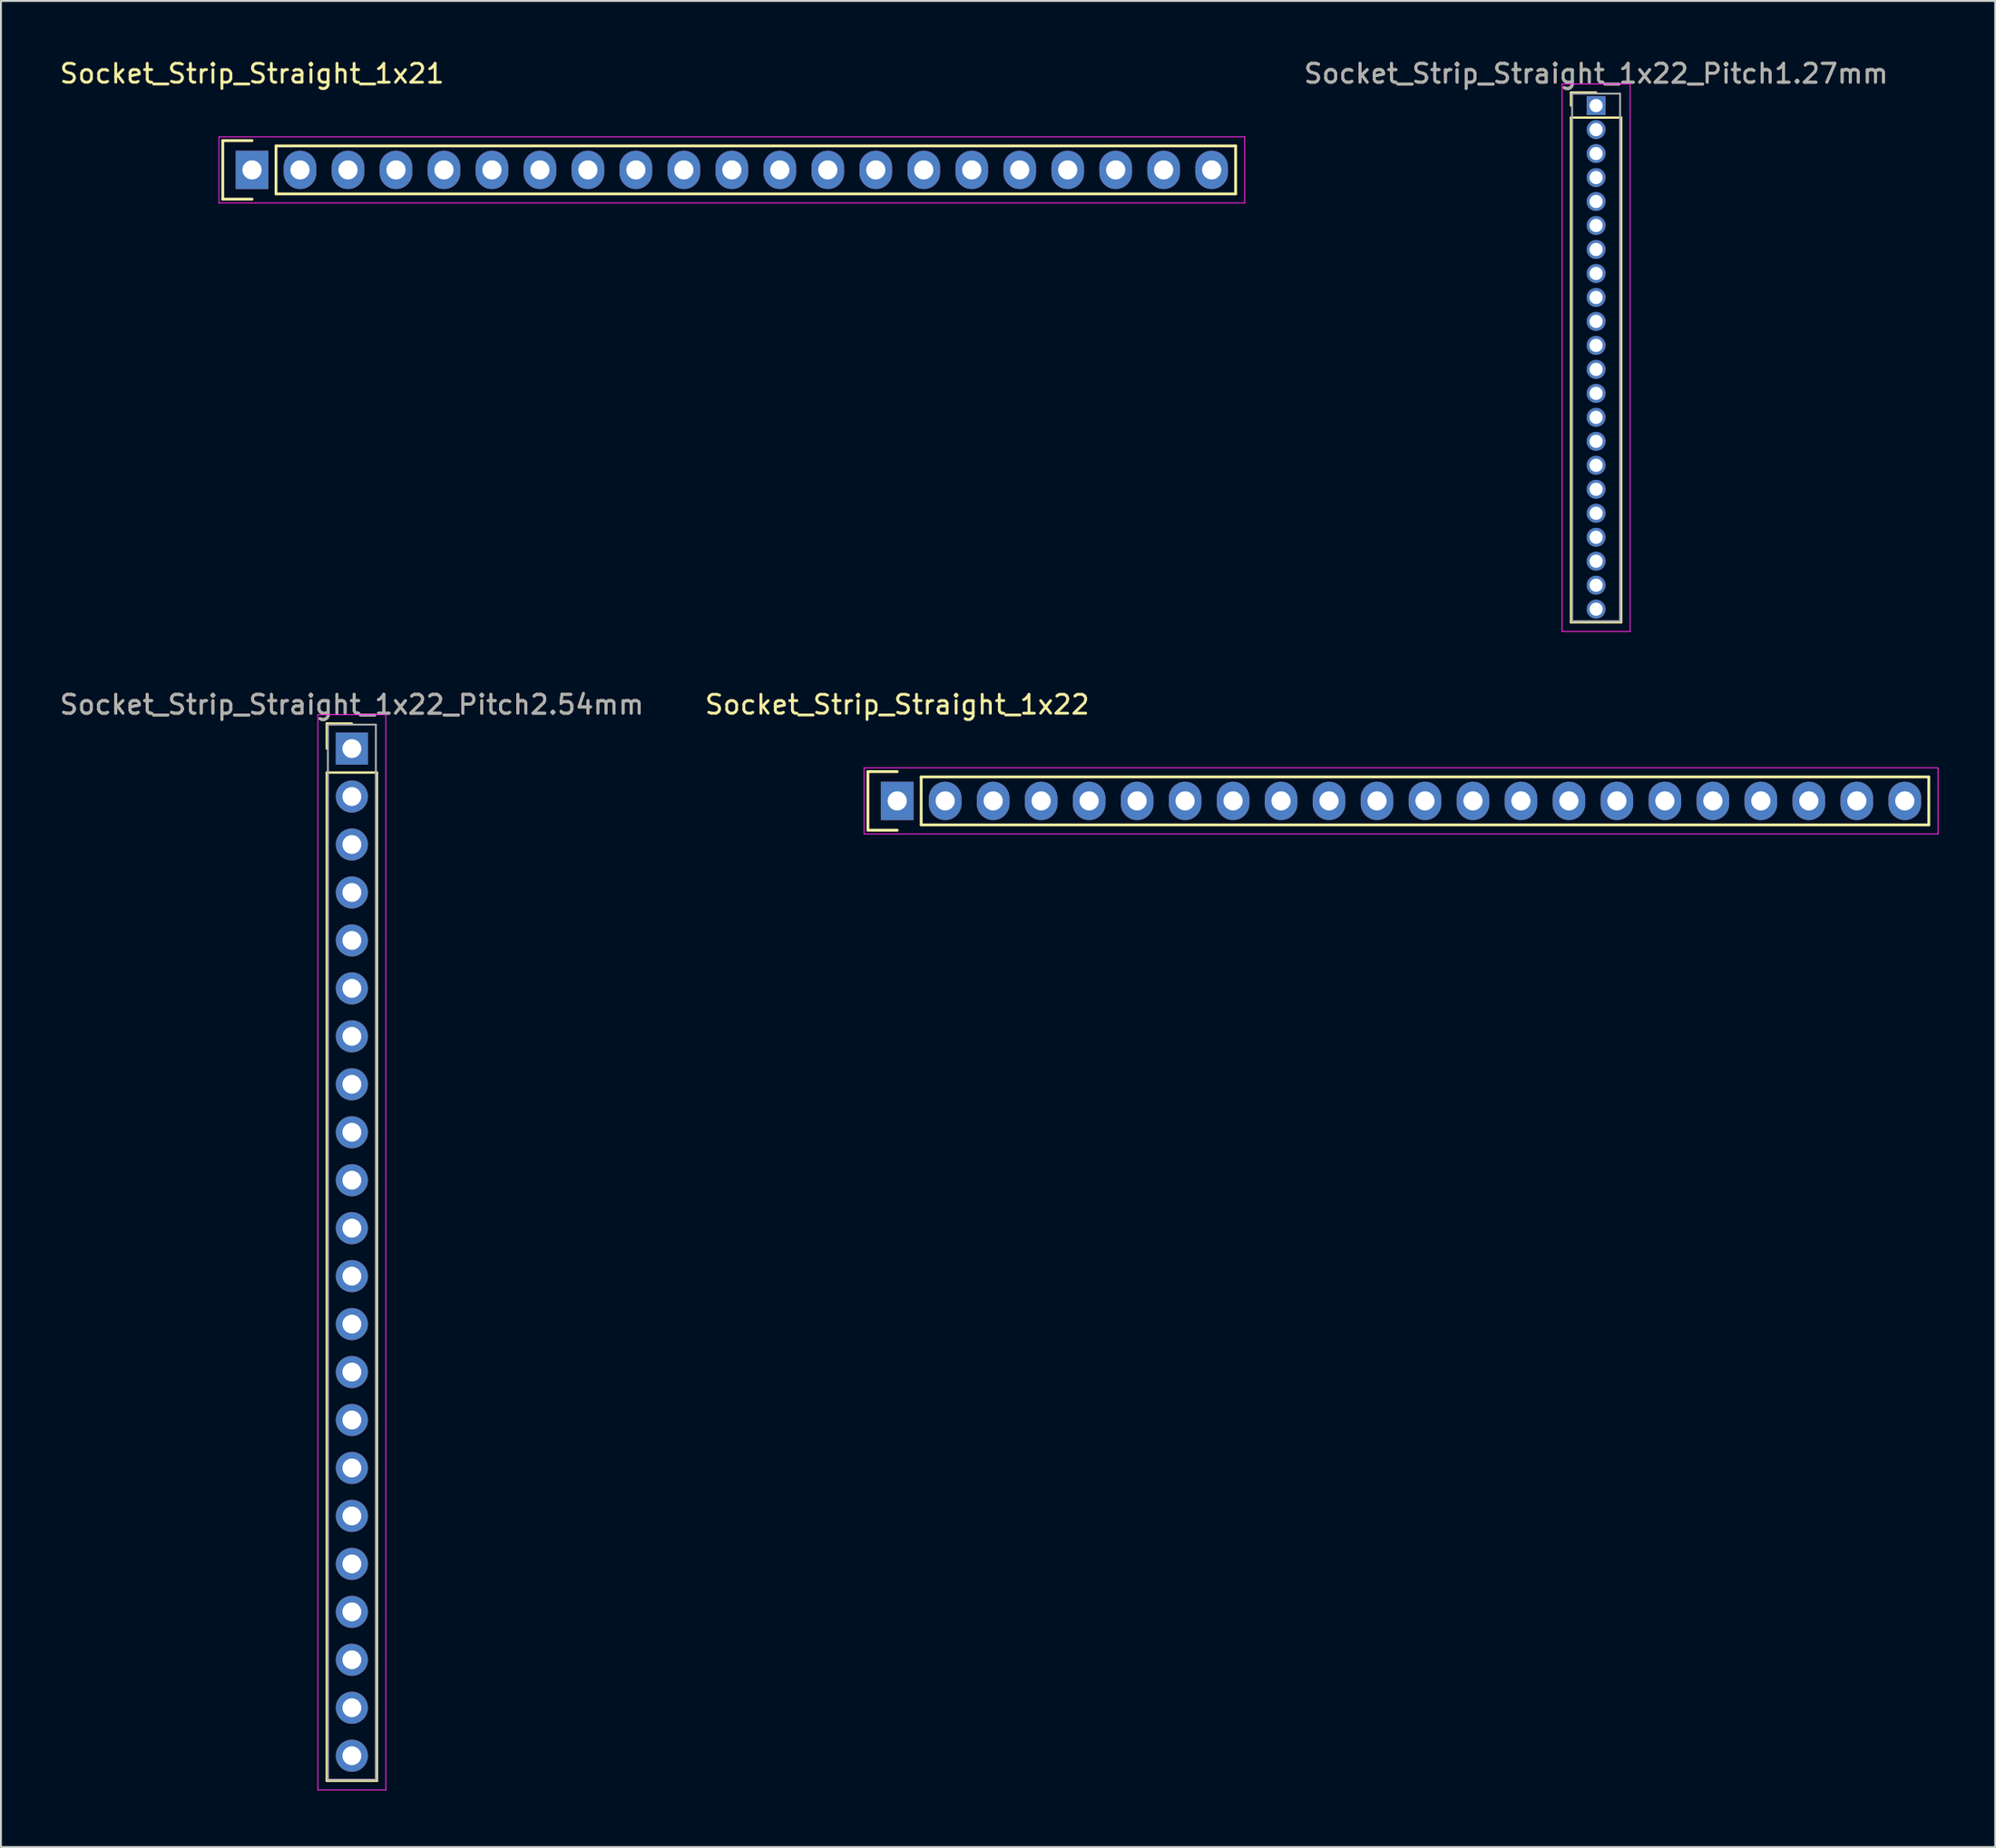
<source format=kicad_pcb>
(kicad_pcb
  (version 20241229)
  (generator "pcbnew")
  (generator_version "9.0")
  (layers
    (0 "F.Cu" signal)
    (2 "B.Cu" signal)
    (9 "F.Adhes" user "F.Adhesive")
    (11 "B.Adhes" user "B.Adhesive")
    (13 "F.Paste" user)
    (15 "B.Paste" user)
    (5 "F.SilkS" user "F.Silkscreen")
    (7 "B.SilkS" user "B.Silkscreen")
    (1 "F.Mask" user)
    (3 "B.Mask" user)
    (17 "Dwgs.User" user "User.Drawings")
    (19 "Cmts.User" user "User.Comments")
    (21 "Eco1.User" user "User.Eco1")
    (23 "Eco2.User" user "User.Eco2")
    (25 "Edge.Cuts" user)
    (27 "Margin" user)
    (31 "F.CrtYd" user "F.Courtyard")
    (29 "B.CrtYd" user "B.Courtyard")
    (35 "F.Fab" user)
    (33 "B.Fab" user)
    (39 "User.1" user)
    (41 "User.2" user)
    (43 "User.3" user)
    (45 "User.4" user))
  (footprint "Socket_Strip_Straight_1x21"
    (layer "F.Cu")
    (at 10.292 5.948)
    (property "Reference" "Socket_Strip_Straight_1x21" (at 0 -5.1 0) (layer "F.SilkS") (effects (font (size 1 1) (thickness 0.15))))
    (attr through_hole)
    (fp_line (start -1.55 -1.55) (end -1.55 1.55) (stroke (width 0.15) (type solid)) (layer "F.SilkS"))
    (fp_line (start -1.55 1.55) (end 0 1.55) (stroke (width 0.15) (type solid)) (layer "F.SilkS"))
    (fp_line (start 0 -1.55) (end -1.55 -1.55) (stroke (width 0.15) (type solid)) (layer "F.SilkS"))
    (fp_line (start 1.27 1.27) (end 1.27 -1.27) (stroke (width 0.15) (type solid)) (layer "F.SilkS"))
    (fp_line (start 1.27 1.27) (end 52.07 1.27) (stroke (width 0.15) (type solid)) (layer "F.SilkS"))
    (fp_line (start 52.07 -1.27) (end 1.27 -1.27) (stroke (width 0.15) (type solid)) (layer "F.SilkS"))
    (fp_line (start 52.07 1.27) (end 52.07 -1.27) (stroke (width 0.15) (type solid)) (layer "F.SilkS"))
    (fp_line (start -1.75 -1.75) (end -1.75 1.75) (stroke (width 0.05) (type solid)) (layer "F.CrtYd"))
    (fp_line (start -1.75 -1.75) (end 52.55 -1.75) (stroke (width 0.05) (type solid)) (layer "F.CrtYd"))
    (fp_line (start -1.75 1.75) (end 52.55 1.75) (stroke (width 0.05) (type solid)) (layer "F.CrtYd"))
    (fp_line (start 52.55 -1.75) (end 52.55 1.75) (stroke (width 0.05) (type solid)) (layer "F.CrtYd"))
    (pad "1" thru_hole rect (at 0 0) (size 1.727 2.032) (drill 1.016) (layers "*.Cu" "*.Mask"))
    (pad "2" thru_hole oval (at 2.54 0) (size 1.727 2.032) (drill 1.016) (layers "*.Cu" "*.Mask"))
    (pad "3" thru_hole oval (at 5.08 0) (size 1.727 2.032) (drill 1.016) (layers "*.Cu" "*.Mask"))
    (pad "4" thru_hole oval (at 7.62 0) (size 1.727 2.032) (drill 1.016) (layers "*.Cu" "*.Mask"))
    (pad "5" thru_hole oval (at 10.16 0) (size 1.727 2.032) (drill 1.016) (layers "*.Cu" "*.Mask"))
    (pad "6" thru_hole oval (at 12.7 0) (size 1.727 2.032) (drill 1.016) (layers "*.Cu" "*.Mask"))
    (pad "7" thru_hole oval (at 15.24 0) (size 1.727 2.032) (drill 1.016) (layers "*.Cu" "*.Mask"))
    (pad "8" thru_hole oval (at 17.78 0) (size 1.727 2.032) (drill 1.016) (layers "*.Cu" "*.Mask"))
    (pad "9" thru_hole oval (at 20.32 0) (size 1.727 2.032) (drill 1.016) (layers "*.Cu" "*.Mask"))
    (pad "10" thru_hole oval (at 22.86 0) (size 1.727 2.032) (drill 1.016) (layers "*.Cu" "*.Mask"))
    (pad "11" thru_hole oval (at 25.4 0) (size 1.727 2.032) (drill 1.016) (layers "*.Cu" "*.Mask"))
    (pad "12" thru_hole oval (at 27.94 0) (size 1.727 2.032) (drill 1.016) (layers "*.Cu" "*.Mask"))
    (pad "13" thru_hole oval (at 30.48 0) (size 1.727 2.032) (drill 1.016) (layers "*.Cu" "*.Mask"))
    (pad "14" thru_hole oval (at 33.02 0) (size 1.727 2.032) (drill 1.016) (layers "*.Cu" "*.Mask"))
    (pad "15" thru_hole oval (at 35.56 0) (size 1.727 2.032) (drill 1.016) (layers "*.Cu" "*.Mask"))
    (pad "16" thru_hole oval (at 38.1 0) (size 1.727 2.032) (drill 1.016) (layers "*.Cu" "*.Mask"))
    (pad "17" thru_hole oval (at 40.64 0) (size 1.727 2.032) (drill 1.016) (layers "*.Cu" "*.Mask"))
    (pad "18" thru_hole oval (at 43.18 0) (size 1.727 2.032) (drill 1.016) (layers "*.Cu" "*.Mask"))
    (pad "19" thru_hole oval (at 45.72 0) (size 1.727 2.032) (drill 1.016) (layers "*.Cu" "*.Mask"))
    (pad "20" thru_hole oval (at 48.26 0) (size 1.727 2.032) (drill 1.016) (layers "*.Cu" "*.Mask"))
    (pad "21" thru_hole oval (at 50.8 0) (size 1.727 2.032) (drill 1.016) (layers "*.Cu" "*.Mask")))
  (footprint "Socket_Strip_Straight_1x22"
    (layer "F.Cu")
    (at 44.446 39.367)
    (property "Reference" "Socket_Strip_Straight_1x22" (at 0 -5.1 0) (layer "F.SilkS") (effects (font (size 1 1) (thickness 0.15))))
    (attr through_hole)
    (fp_line (start -1.55 -1.55) (end -1.55 1.55) (stroke (width 0.15) (type solid)) (layer "F.SilkS"))
    (fp_line (start -1.55 1.55) (end 0 1.55) (stroke (width 0.15) (type solid)) (layer "F.SilkS"))
    (fp_line (start 0 -1.55) (end -1.55 -1.55) (stroke (width 0.15) (type solid)) (layer "F.SilkS"))
    (fp_line (start 1.27 -1.27) (end 54.61 -1.27) (stroke (width 0.15) (type solid)) (layer "F.SilkS"))
    (fp_line (start 1.27 1.27) (end 1.27 -1.27) (stroke (width 0.15) (type solid)) (layer "F.SilkS"))
    (fp_line (start 54.61 -1.27) (end 54.61 1.27) (stroke (width 0.15) (type solid)) (layer "F.SilkS"))
    (fp_line (start 54.61 1.27) (end 1.27 1.27) (stroke (width 0.15) (type solid)) (layer "F.SilkS"))
    (fp_line (start -1.75 -1.75) (end -1.75 1.75) (stroke (width 0.05) (type solid)) (layer "F.CrtYd"))
    (fp_line (start -1.75 -1.75) (end 55.1 -1.75) (stroke (width 0.05) (type solid)) (layer "F.CrtYd"))
    (fp_line (start -1.75 1.75) (end 55.1 1.75) (stroke (width 0.05) (type solid)) (layer "F.CrtYd"))
    (fp_line (start 55.1 -1.75) (end 55.1 1.75) (stroke (width 0.05) (type solid)) (layer "F.CrtYd"))
    (pad "1" thru_hole rect (at 0 0) (size 1.727 2.032) (drill 1.016) (layers "*.Cu" "*.Mask"))
    (pad "2" thru_hole oval (at 2.54 0) (size 1.727 2.032) (drill 1.016) (layers "*.Cu" "*.Mask"))
    (pad "3" thru_hole oval (at 5.08 0) (size 1.727 2.032) (drill 1.016) (layers "*.Cu" "*.Mask"))
    (pad "4" thru_hole oval (at 7.62 0) (size 1.727 2.032) (drill 1.016) (layers "*.Cu" "*.Mask"))
    (pad "5" thru_hole oval (at 10.16 0) (size 1.727 2.032) (drill 1.016) (layers "*.Cu" "*.Mask"))
    (pad "6" thru_hole oval (at 12.7 0) (size 1.727 2.032) (drill 1.016) (layers "*.Cu" "*.Mask"))
    (pad "7" thru_hole oval (at 15.24 0) (size 1.727 2.032) (drill 1.016) (layers "*.Cu" "*.Mask"))
    (pad "8" thru_hole oval (at 17.78 0) (size 1.727 2.032) (drill 1.016) (layers "*.Cu" "*.Mask"))
    (pad "9" thru_hole oval (at 20.32 0) (size 1.727 2.032) (drill 1.016) (layers "*.Cu" "*.Mask"))
    (pad "10" thru_hole oval (at 22.86 0) (size 1.727 2.032) (drill 1.016) (layers "*.Cu" "*.Mask"))
    (pad "11" thru_hole oval (at 25.4 0) (size 1.727 2.032) (drill 1.016) (layers "*.Cu" "*.Mask"))
    (pad "12" thru_hole oval (at 27.94 0) (size 1.727 2.032) (drill 1.016) (layers "*.Cu" "*.Mask"))
    (pad "13" thru_hole oval (at 30.48 0) (size 1.727 2.032) (drill 1.016) (layers "*.Cu" "*.Mask"))
    (pad "14" thru_hole oval (at 33.02 0) (size 1.727 2.032) (drill 1.016) (layers "*.Cu" "*.Mask"))
    (pad "15" thru_hole oval (at 35.56 0) (size 1.727 2.032) (drill 1.016) (layers "*.Cu" "*.Mask"))
    (pad "16" thru_hole oval (at 38.1 0) (size 1.727 2.032) (drill 1.016) (layers "*.Cu" "*.Mask"))
    (pad "17" thru_hole oval (at 40.64 0) (size 1.727 2.032) (drill 1.016) (layers "*.Cu" "*.Mask"))
    (pad "18" thru_hole oval (at 43.18 0) (size 1.727 2.032) (drill 1.016) (layers "*.Cu" "*.Mask"))
    (pad "19" thru_hole oval (at 45.72 0) (size 1.727 2.032) (drill 1.016) (layers "*.Cu" "*.Mask"))
    (pad "20" thru_hole oval (at 48.26 0) (size 1.727 2.032) (drill 1.016) (layers "*.Cu" "*.Mask"))
    (pad "21" thru_hole oval (at 50.8 0) (size 1.727 2.032) (drill 1.016) (layers "*.Cu" "*.Mask"))
    (pad "22" thru_hole oval (at 53.34 0) (size 1.727 2.032) (drill 1.016) (layers "*.Cu" "*.Mask")))
  (footprint "Socket_Strip_Straight_1x22_Pitch2.54mm"
    (layer "F.Cu")
    (at 15.577 36.596)
    (property "Reference" "Socket_Strip_Straight_1x22_Pitch2.54mm" (at 0 -2.33 0) (layer "F.SilkS") (effects (font (size 1 1) (thickness 0.15))))
    (attr through_hole)
    (fp_line (start -1.33 -1.33) (end 0 -1.33) (stroke (width 0.12) (type solid)) (layer "F.SilkS"))
    (fp_line (start -1.33 0) (end -1.33 -1.33) (stroke (width 0.12) (type solid)) (layer "F.SilkS"))
    (fp_line (start -1.33 1.27) (end -1.33 54.67) (stroke (width 0.12) (type solid)) (layer "F.SilkS"))
    (fp_line (start -1.33 54.67) (end 1.33 54.67) (stroke (width 0.12) (type solid)) (layer "F.SilkS"))
    (fp_line (start 1.33 1.27) (end -1.33 1.27) (stroke (width 0.12) (type solid)) (layer "F.SilkS"))
    (fp_line (start 1.33 54.67) (end 1.33 1.27) (stroke (width 0.12) (type solid)) (layer "F.SilkS"))
    (fp_line (start -1.8 -1.8) (end -1.8 55.15) (stroke (width 0.05) (type solid)) (layer "F.CrtYd"))
    (fp_line (start -1.8 55.15) (end 1.8 55.15) (stroke (width 0.05) (type solid)) (layer "F.CrtYd"))
    (fp_line (start 1.8 -1.8) (end -1.8 -1.8) (stroke (width 0.05) (type solid)) (layer "F.CrtYd"))
    (fp_line (start 1.8 55.15) (end 1.8 -1.8) (stroke (width 0.05) (type solid)) (layer "F.CrtYd"))
    (fp_line (start -1.27 -1.27) (end -1.27 54.61) (stroke (width 0.1) (type solid)) (layer "F.Fab"))
    (fp_line (start -1.27 54.61) (end 1.27 54.61) (stroke (width 0.1) (type solid)) (layer "F.Fab"))
    (fp_line (start 1.27 -1.27) (end -1.27 -1.27) (stroke (width 0.1) (type solid)) (layer "F.Fab"))
    (fp_line (start 1.27 54.61) (end 1.27 -1.27) (stroke (width 0.1) (type solid)) (layer "F.Fab"))
    (fp_text user "${REFERENCE}" (at 0 -2.33 0) (layer "F.Fab") (effects (font (size 1 1) (thickness 0.15))))
    (pad "1" thru_hole rect (at 0 0) (size 1.7 1.7) (drill 1) (layers "*.Cu" "*.Mask"))
    (pad "2" thru_hole oval (at 0 2.54) (size 1.7 1.7) (drill 1) (layers "*.Cu" "*.Mask"))
    (pad "3" thru_hole oval (at 0 5.08) (size 1.7 1.7) (drill 1) (layers "*.Cu" "*.Mask"))
    (pad "4" thru_hole oval (at 0 7.62) (size 1.7 1.7) (drill 1) (layers "*.Cu" "*.Mask"))
    (pad "5" thru_hole oval (at 0 10.16) (size 1.7 1.7) (drill 1) (layers "*.Cu" "*.Mask"))
    (pad "6" thru_hole oval (at 0 12.7) (size 1.7 1.7) (drill 1) (layers "*.Cu" "*.Mask"))
    (pad "7" thru_hole oval (at 0 15.24) (size 1.7 1.7) (drill 1) (layers "*.Cu" "*.Mask"))
    (pad "8" thru_hole oval (at 0 17.78) (size 1.7 1.7) (drill 1) (layers "*.Cu" "*.Mask"))
    (pad "9" thru_hole oval (at 0 20.32) (size 1.7 1.7) (drill 1) (layers "*.Cu" "*.Mask"))
    (pad "10" thru_hole oval (at 0 22.86) (size 1.7 1.7) (drill 1) (layers "*.Cu" "*.Mask"))
    (pad "11" thru_hole oval (at 0 25.4) (size 1.7 1.7) (drill 1) (layers "*.Cu" "*.Mask"))
    (pad "12" thru_hole oval (at 0 27.94) (size 1.7 1.7) (drill 1) (layers "*.Cu" "*.Mask"))
    (pad "13" thru_hole oval (at 0 30.48) (size 1.7 1.7) (drill 1) (layers "*.Cu" "*.Mask"))
    (pad "14" thru_hole oval (at 0 33.02) (size 1.7 1.7) (drill 1) (layers "*.Cu" "*.Mask"))
    (pad "15" thru_hole oval (at 0 35.56) (size 1.7 1.7) (drill 1) (layers "*.Cu" "*.Mask"))
    (pad "16" thru_hole oval (at 0 38.1) (size 1.7 1.7) (drill 1) (layers "*.Cu" "*.Mask"))
    (pad "17" thru_hole oval (at 0 40.64) (size 1.7 1.7) (drill 1) (layers "*.Cu" "*.Mask"))
    (pad "18" thru_hole oval (at 0 43.18) (size 1.7 1.7) (drill 1) (layers "*.Cu" "*.Mask"))
    (pad "19" thru_hole oval (at 0 45.72) (size 1.7 1.7) (drill 1) (layers "*.Cu" "*.Mask"))
    (pad "20" thru_hole oval (at 0 48.26) (size 1.7 1.7) (drill 1) (layers "*.Cu" "*.Mask"))
    (pad "21" thru_hole oval (at 0 50.8) (size 1.7 1.7) (drill 1) (layers "*.Cu" "*.Mask"))
    (pad "22" thru_hole oval (at 0 53.34) (size 1.7 1.7) (drill 1) (layers "*.Cu" "*.Mask")))
  (footprint "Socket_Strip_Straight_1x22_Pitch1.27mm"
    (layer "F.Cu")
    (at 81.444 2.543)
    (property "Reference" "Socket_Strip_Straight_1x22_Pitch1.27mm" (at 0 -1.695 0) (layer "F.SilkS") (effects (font (size 1 1) (thickness 0.15))))
    (attr through_hole)
    (fp_line (start -1.33 -0.695) (end 0 -0.695) (stroke (width 0.12) (type solid)) (layer "F.SilkS"))
    (fp_line (start -1.33 0) (end -1.33 -0.695) (stroke (width 0.12) (type solid)) (layer "F.SilkS"))
    (fp_line (start -1.33 0.635) (end -1.33 27.365) (stroke (width 0.12) (type solid)) (layer "F.SilkS"))
    (fp_line (start -1.33 27.365) (end 1.33 27.365) (stroke (width 0.12) (type solid)) (layer "F.SilkS"))
    (fp_line (start 1.33 0.635) (end -1.33 0.635) (stroke (width 0.12) (type solid)) (layer "F.SilkS"))
    (fp_line (start 1.33 27.365) (end 1.33 0.635) (stroke (width 0.12) (type solid)) (layer "F.SilkS"))
    (fp_line (start -1.8 -1.15) (end -1.8 27.85) (stroke (width 0.05) (type solid)) (layer "F.CrtYd"))
    (fp_line (start -1.8 27.85) (end 1.8 27.85) (stroke (width 0.05) (type solid)) (layer "F.CrtYd"))
    (fp_line (start 1.8 -1.15) (end -1.8 -1.15) (stroke (width 0.05) (type solid)) (layer "F.CrtYd"))
    (fp_line (start 1.8 27.85) (end 1.8 -1.15) (stroke (width 0.05) (type solid)) (layer "F.CrtYd"))
    (fp_line (start -1.27 -0.635) (end -1.27 27.305) (stroke (width 0.1) (type solid)) (layer "F.Fab"))
    (fp_line (start -1.27 27.305) (end 1.27 27.305) (stroke (width 0.1) (type solid)) (layer "F.Fab"))
    (fp_line (start 1.27 -0.635) (end -1.27 -0.635) (stroke (width 0.1) (type solid)) (layer "F.Fab"))
    (fp_line (start 1.27 27.305) (end 1.27 -0.635) (stroke (width 0.1) (type solid)) (layer "F.Fab"))
    (fp_text user "${REFERENCE}" (at 0 -1.695 0) (layer "F.Fab") (effects (font (size 1 1) (thickness 0.15))))
    (pad "1" thru_hole rect (at 0 0) (size 1 1) (drill 0.7) (layers "*.Cu" "*.Mask"))
    (pad "2" thru_hole oval (at 0 1.27) (size 1 1) (drill 0.7) (layers "*.Cu" "*.Mask"))
    (pad "3" thru_hole oval (at 0 2.54) (size 1 1) (drill 0.7) (layers "*.Cu" "*.Mask"))
    (pad "4" thru_hole oval (at 0 3.81) (size 1 1) (drill 0.7) (layers "*.Cu" "*.Mask"))
    (pad "5" thru_hole oval (at 0 5.08) (size 1 1) (drill 0.7) (layers "*.Cu" "*.Mask"))
    (pad "6" thru_hole oval (at 0 6.35) (size 1 1) (drill 0.7) (layers "*.Cu" "*.Mask"))
    (pad "7" thru_hole oval (at 0 7.62) (size 1 1) (drill 0.7) (layers "*.Cu" "*.Mask"))
    (pad "8" thru_hole oval (at 0 8.89) (size 1 1) (drill 0.7) (layers "*.Cu" "*.Mask"))
    (pad "9" thru_hole oval (at 0 10.16) (size 1 1) (drill 0.7) (layers "*.Cu" "*.Mask"))
    (pad "10" thru_hole oval (at 0 11.43) (size 1 1) (drill 0.7) (layers "*.Cu" "*.Mask"))
    (pad "11" thru_hole oval (at 0 12.7) (size 1 1) (drill 0.7) (layers "*.Cu" "*.Mask"))
    (pad "12" thru_hole oval (at 0 13.97) (size 1 1) (drill 0.7) (layers "*.Cu" "*.Mask"))
    (pad "13" thru_hole oval (at 0 15.24) (size 1 1) (drill 0.7) (layers "*.Cu" "*.Mask"))
    (pad "14" thru_hole oval (at 0 16.51) (size 1 1) (drill 0.7) (layers "*.Cu" "*.Mask"))
    (pad "15" thru_hole oval (at 0 17.78) (size 1 1) (drill 0.7) (layers "*.Cu" "*.Mask"))
    (pad "16" thru_hole oval (at 0 19.05) (size 1 1) (drill 0.7) (layers "*.Cu" "*.Mask"))
    (pad "17" thru_hole oval (at 0 20.32) (size 1 1) (drill 0.7) (layers "*.Cu" "*.Mask"))
    (pad "18" thru_hole oval (at 0 21.59) (size 1 1) (drill 0.7) (layers "*.Cu" "*.Mask"))
    (pad "19" thru_hole oval (at 0 22.86) (size 1 1) (drill 0.7) (layers "*.Cu" "*.Mask"))
    (pad "20" thru_hole oval (at 0 24.13) (size 1 1) (drill 0.7) (layers "*.Cu" "*.Mask"))
    (pad "21" thru_hole oval (at 0 25.4) (size 1 1) (drill 0.7) (layers "*.Cu" "*.Mask"))
    (pad "22" thru_hole oval (at 0 26.67) (size 1 1) (drill 0.7) (layers "*.Cu" "*.Mask")))
  (gr_rect
    (start -3 -3)
    (end 102.571 94.772)
    (stroke (width 0.1) (type default))
    (fill no)
    (layer "Edge.Cuts")))
</source>
